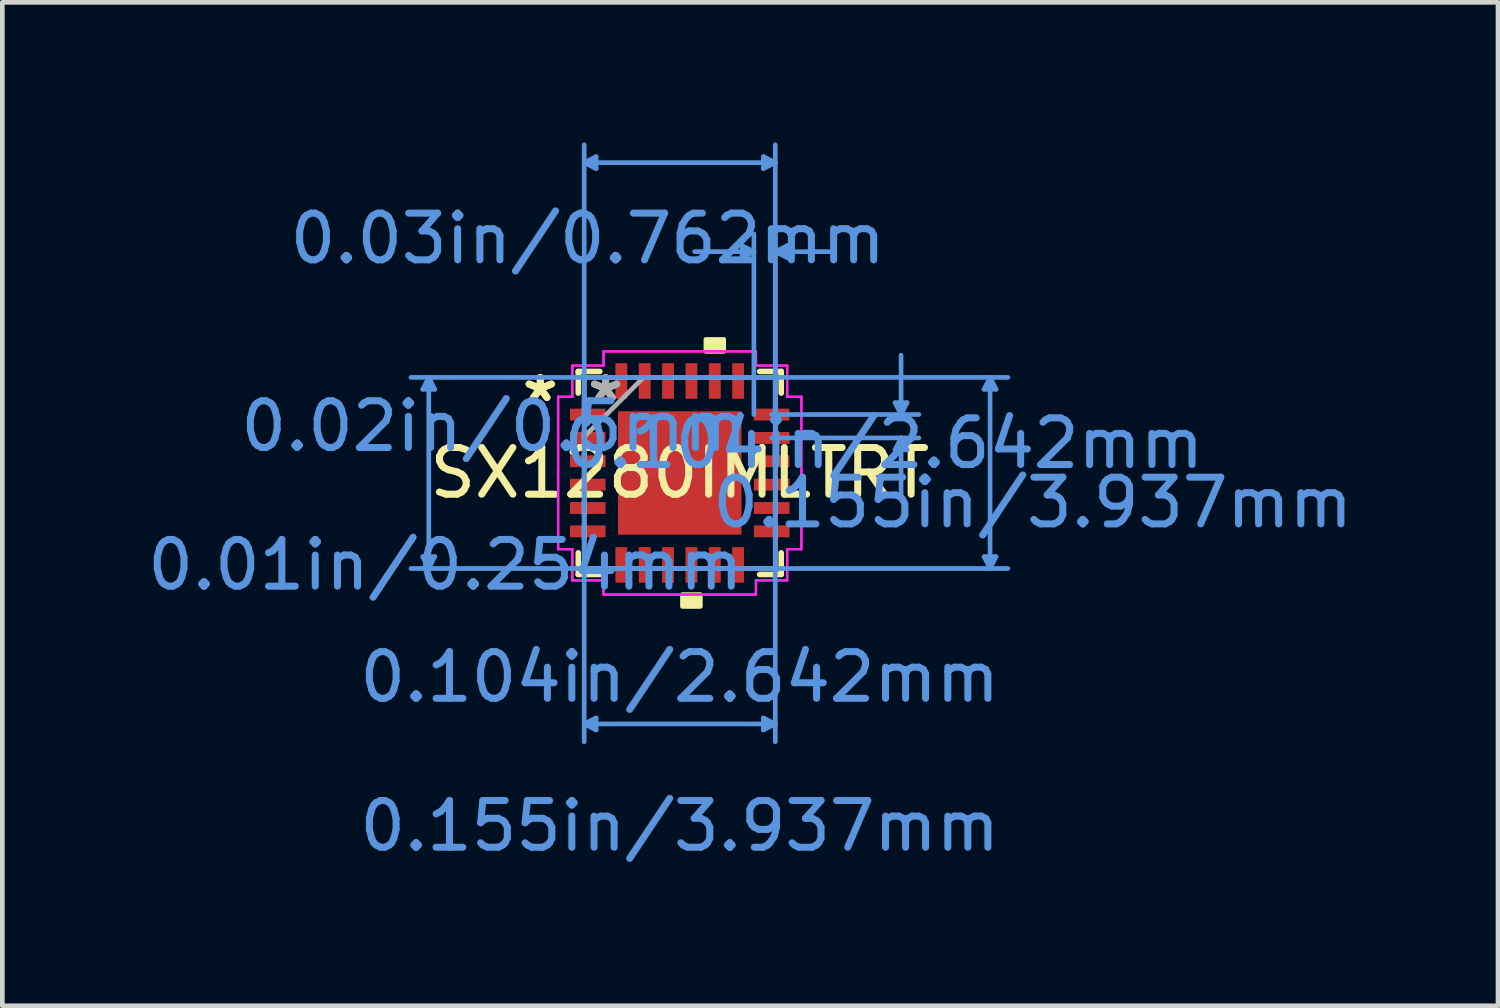
<source format=kicad_pcb>
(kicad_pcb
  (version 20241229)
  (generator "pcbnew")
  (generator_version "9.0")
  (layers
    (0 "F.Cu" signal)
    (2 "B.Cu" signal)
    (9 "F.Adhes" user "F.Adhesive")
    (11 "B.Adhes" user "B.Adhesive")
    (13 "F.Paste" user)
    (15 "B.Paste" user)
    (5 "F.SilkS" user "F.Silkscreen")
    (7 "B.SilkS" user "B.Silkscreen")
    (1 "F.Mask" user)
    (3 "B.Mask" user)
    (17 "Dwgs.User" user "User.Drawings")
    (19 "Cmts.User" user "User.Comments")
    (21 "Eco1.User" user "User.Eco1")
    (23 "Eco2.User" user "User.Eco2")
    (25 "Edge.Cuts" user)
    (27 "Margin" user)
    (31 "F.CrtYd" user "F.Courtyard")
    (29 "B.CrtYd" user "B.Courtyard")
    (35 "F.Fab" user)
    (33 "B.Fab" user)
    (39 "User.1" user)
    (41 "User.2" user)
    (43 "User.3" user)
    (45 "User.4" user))
  (footprint "SX1280IMLTRT"
    (layer "F.Cu")
    (at 11.499 7.073)
    (property "Reference" "SX1280IMLTRT" (at 0 0 0) (layer "F.SilkS") (effects (font (size 1 1) (thickness 0.15))))
    (attr through_hole)
    (fp_line (start -2.172 -2.172) (end -2.172 -1.71) (stroke (width 0.12) (type solid)) (layer "F.SilkS"))
    (fp_line (start -2.172 1.71) (end -2.172 2.172) (stroke (width 0.12) (type solid)) (layer "F.SilkS"))
    (fp_line (start -2.172 2.172) (end -1.71 2.172) (stroke (width 0.12) (type solid)) (layer "F.SilkS"))
    (fp_line (start -1.71 -2.172) (end -2.172 -2.172) (stroke (width 0.12) (type solid)) (layer "F.SilkS"))
    (fp_line (start 1.71 2.172) (end 2.172 2.172) (stroke (width 0.12) (type solid)) (layer "F.SilkS"))
    (fp_line (start 2.172 -2.172) (end 1.71 -2.172) (stroke (width 0.12) (type solid)) (layer "F.SilkS"))
    (fp_line (start 2.172 -1.71) (end 2.172 -2.172) (stroke (width 0.12) (type solid)) (layer "F.SilkS"))
    (fp_line (start 2.172 2.172) (end 2.172 1.71) (stroke (width 0.12) (type solid)) (layer "F.SilkS"))
    (fp_poly (pts (xy 0.059 2.603) (xy 0.059 2.857) (xy 0.441 2.857) (xy 0.441 2.603)) (stroke (width 0.1) (type solid)) (fill yes) (layer "F.SilkS"))
    (fp_poly (pts (xy 0.56 -2.603) (xy 0.56 -2.857) (xy 0.941 -2.857) (xy 0.941 -2.603)) (stroke (width 0.1) (type solid)) (fill yes) (layer "F.SilkS"))
    (fp_poly (pts (xy -1.221 -1.221) (xy -1.221 -0.1) (xy -0.1 -0.1) (xy -0.1 -1.221)) (stroke (width 0.1) (type solid)) (fill yes) (layer "F.Paste"))
    (fp_poly (pts (xy -1.221 0.1) (xy -1.221 1.221) (xy -0.1 1.221) (xy -0.1 0.1)) (stroke (width 0.1) (type solid)) (fill yes) (layer "F.Paste"))
    (fp_poly (pts (xy 0.1 -1.221) (xy 0.1 -0.1) (xy 1.221 -0.1) (xy 1.221 -1.221)) (stroke (width 0.1) (type solid)) (fill yes) (layer "F.Paste"))
    (fp_poly (pts (xy 0.1 0.1) (xy 0.1 1.221) (xy 1.221 1.221) (xy 1.221 0.1)) (stroke (width 0.1) (type solid)) (fill yes) (layer "F.Paste"))
    (fp_line (start -5.499 -1.791) (end -5.245 -1.791) (stroke (width 0.1) (type solid)) (layer "Cmts.User"))
    (fp_line (start -5.499 1.791) (end -5.245 1.791) (stroke (width 0.1) (type solid)) (layer "Cmts.User"))
    (fp_line (start -5.372 -2.045) (end -5.499 -1.791) (stroke (width 0.1) (type solid)) (layer "Cmts.User"))
    (fp_line (start -5.372 -2.045) (end -5.372 2.045) (stroke (width 0.1) (type solid)) (layer "Cmts.User"))
    (fp_line (start -5.372 -2.045) (end -5.245 -1.791) (stroke (width 0.1) (type solid)) (layer "Cmts.User"))
    (fp_line (start -5.372 2.045) (end -5.499 1.791) (stroke (width 0.1) (type solid)) (layer "Cmts.User"))
    (fp_line (start -5.372 2.045) (end -5.245 1.791) (stroke (width 0.1) (type solid)) (layer "Cmts.User"))
    (fp_line (start -2.045 -6.642) (end -1.791 -6.769) (stroke (width 0.1) (type solid)) (layer "Cmts.User"))
    (fp_line (start -2.045 -6.642) (end -1.791 -6.515) (stroke (width 0.1) (type solid)) (layer "Cmts.User"))
    (fp_line (start -2.045 -6.642) (end 2.045 -6.642) (stroke (width 0.1) (type solid)) (layer "Cmts.User"))
    (fp_line (start -2.045 -2.045) (end -2.045 5.753) (stroke (width 0.1) (type solid)) (layer "Cmts.User"))
    (fp_line (start -2.045 -1.25) (end -2.045 -7.023) (stroke (width 0.1) (type solid)) (layer "Cmts.User"))
    (fp_line (start -2.045 5.372) (end -1.791 5.245) (stroke (width 0.1) (type solid)) (layer "Cmts.User"))
    (fp_line (start -2.045 5.372) (end -1.791 5.499) (stroke (width 0.1) (type solid)) (layer "Cmts.User"))
    (fp_line (start -2.045 5.372) (end 2.045 5.372) (stroke (width 0.1) (type solid)) (layer "Cmts.User"))
    (fp_line (start -1.791 -6.769) (end -1.791 -6.515) (stroke (width 0.1) (type solid)) (layer "Cmts.User"))
    (fp_line (start -1.791 5.245) (end -1.791 5.499) (stroke (width 0.1) (type solid)) (layer "Cmts.User"))
    (fp_line (start 1.25 -2.045) (end 7.023 -2.045) (stroke (width 0.1) (type solid)) (layer "Cmts.User"))
    (fp_line (start 1.25 2.045) (end 7.023 2.045) (stroke (width 0.1) (type solid)) (layer "Cmts.User"))
    (fp_line (start 1.333 -4.864) (end 1.333 -4.61) (stroke (width 0.1) (type solid)) (layer "Cmts.User"))
    (fp_line (start 1.587 -4.737) (end 0.318 -4.737) (stroke (width 0.1) (type solid)) (layer "Cmts.User"))
    (fp_line (start 1.587 -4.737) (end 1.333 -4.864) (stroke (width 0.1) (type solid)) (layer "Cmts.User"))
    (fp_line (start 1.587 -4.737) (end 1.333 -4.61) (stroke (width 0.1) (type solid)) (layer "Cmts.User"))
    (fp_line (start 1.587 -1.25) (end 1.587 -5.118) (stroke (width 0.1) (type solid)) (layer "Cmts.User"))
    (fp_line (start 1.791 -6.769) (end 1.791 -6.515) (stroke (width 0.1) (type solid)) (layer "Cmts.User"))
    (fp_line (start 1.791 5.245) (end 1.791 5.499) (stroke (width 0.1) (type solid)) (layer "Cmts.User"))
    (fp_line (start 1.968 -1.25) (end 5.118 -1.25) (stroke (width 0.1) (type solid)) (layer "Cmts.User"))
    (fp_line (start 1.968 -0.75) (end 5.118 -0.75) (stroke (width 0.1) (type solid)) (layer "Cmts.User"))
    (fp_line (start 2.045 -6.642) (end 1.791 -6.769) (stroke (width 0.1) (type solid)) (layer "Cmts.User"))
    (fp_line (start 2.045 -6.642) (end 1.791 -6.515) (stroke (width 0.1) (type solid)) (layer "Cmts.User"))
    (fp_line (start 2.045 -4.737) (end 2.299 -4.864) (stroke (width 0.1) (type solid)) (layer "Cmts.User"))
    (fp_line (start 2.045 -4.737) (end 2.299 -4.61) (stroke (width 0.1) (type solid)) (layer "Cmts.User"))
    (fp_line (start 2.045 -4.737) (end 3.315 -4.737) (stroke (width 0.1) (type solid)) (layer "Cmts.User"))
    (fp_line (start 2.045 -2.045) (end -5.753 -2.045) (stroke (width 0.1) (type solid)) (layer "Cmts.User"))
    (fp_line (start 2.045 -2.045) (end 2.045 5.753) (stroke (width 0.1) (type solid)) (layer "Cmts.User"))
    (fp_line (start 2.045 -1.25) (end 2.045 -7.023) (stroke (width 0.1) (type solid)) (layer "Cmts.User"))
    (fp_line (start 2.045 -1.25) (end 2.045 -5.118) (stroke (width 0.1) (type solid)) (layer "Cmts.User"))
    (fp_line (start 2.045 2.045) (end -5.753 2.045) (stroke (width 0.1) (type solid)) (layer "Cmts.User"))
    (fp_line (start 2.045 5.372) (end 1.791 5.245) (stroke (width 0.1) (type solid)) (layer "Cmts.User"))
    (fp_line (start 2.045 5.372) (end 1.791 5.499) (stroke (width 0.1) (type solid)) (layer "Cmts.User"))
    (fp_line (start 2.299 -4.864) (end 2.299 -4.61) (stroke (width 0.1) (type solid)) (layer "Cmts.User"))
    (fp_line (start 4.61 -1.504) (end 4.864 -1.504) (stroke (width 0.1) (type solid)) (layer "Cmts.User"))
    (fp_line (start 4.61 -0.496) (end 4.864 -0.496) (stroke (width 0.1) (type solid)) (layer "Cmts.User"))
    (fp_line (start 4.737 -1.25) (end 4.61 -1.504) (stroke (width 0.1) (type solid)) (layer "Cmts.User"))
    (fp_line (start 4.737 -1.25) (end 4.737 -2.52) (stroke (width 0.1) (type solid)) (layer "Cmts.User"))
    (fp_line (start 4.737 -1.25) (end 4.864 -1.504) (stroke (width 0.1) (type solid)) (layer "Cmts.User"))
    (fp_line (start 4.737 -0.75) (end 4.61 -0.496) (stroke (width 0.1) (type solid)) (layer "Cmts.User"))
    (fp_line (start 4.737 -0.75) (end 4.737 0.52) (stroke (width 0.1) (type solid)) (layer "Cmts.User"))
    (fp_line (start 4.737 -0.75) (end 4.864 -0.496) (stroke (width 0.1) (type solid)) (layer "Cmts.User"))
    (fp_line (start 6.515 -1.791) (end 6.769 -1.791) (stroke (width 0.1) (type solid)) (layer "Cmts.User"))
    (fp_line (start 6.515 1.791) (end 6.769 1.791) (stroke (width 0.1) (type solid)) (layer "Cmts.User"))
    (fp_line (start 6.642 -2.045) (end 6.515 -1.791) (stroke (width 0.1) (type solid)) (layer "Cmts.User"))
    (fp_line (start 6.642 -2.045) (end 6.642 2.045) (stroke (width 0.1) (type solid)) (layer "Cmts.User"))
    (fp_line (start 6.642 -2.045) (end 6.769 -1.791) (stroke (width 0.1) (type solid)) (layer "Cmts.User"))
    (fp_line (start 6.642 2.045) (end 6.515 1.791) (stroke (width 0.1) (type solid)) (layer "Cmts.User"))
    (fp_line (start 6.642 2.045) (end 6.769 1.791) (stroke (width 0.1) (type solid)) (layer "Cmts.User"))
    (fp_line (start -2.603 -1.631) (end -2.299 -1.631) (stroke (width 0.05) (type solid)) (layer "F.CrtYd"))
    (fp_line (start -2.603 -1.631) (end -2.299 -1.631) (stroke (width 0.05) (type solid)) (layer "F.CrtYd"))
    (fp_line (start -2.603 1.631) (end -2.603 -1.631) (stroke (width 0.05) (type solid)) (layer "F.CrtYd"))
    (fp_line (start -2.603 1.631) (end -2.603 -1.631) (stroke (width 0.05) (type solid)) (layer "F.CrtYd"))
    (fp_line (start -2.299 -2.299) (end -1.631 -2.299) (stroke (width 0.05) (type solid)) (layer "F.CrtYd"))
    (fp_line (start -2.299 -2.299) (end -1.631 -2.299) (stroke (width 0.05) (type solid)) (layer "F.CrtYd"))
    (fp_line (start -2.299 -1.631) (end -2.299 -2.299) (stroke (width 0.05) (type solid)) (layer "F.CrtYd"))
    (fp_line (start -2.299 -1.631) (end -2.299 -2.299) (stroke (width 0.05) (type solid)) (layer "F.CrtYd"))
    (fp_line (start -2.299 1.631) (end -2.603 1.631) (stroke (width 0.05) (type solid)) (layer "F.CrtYd"))
    (fp_line (start -2.299 1.631) (end -2.603 1.631) (stroke (width 0.05) (type solid)) (layer "F.CrtYd"))
    (fp_line (start -2.299 2.299) (end -2.299 1.631) (stroke (width 0.05) (type solid)) (layer "F.CrtYd"))
    (fp_line (start -2.299 2.299) (end -2.299 1.631) (stroke (width 0.05) (type solid)) (layer "F.CrtYd"))
    (fp_line (start -1.631 -2.603) (end 1.631 -2.603) (stroke (width 0.05) (type solid)) (layer "F.CrtYd"))
    (fp_line (start -1.631 -2.603) (end 1.631 -2.603) (stroke (width 0.05) (type solid)) (layer "F.CrtYd"))
    (fp_line (start -1.631 -2.299) (end -1.631 -2.603) (stroke (width 0.05) (type solid)) (layer "F.CrtYd"))
    (fp_line (start -1.631 -2.299) (end -1.631 -2.603) (stroke (width 0.05) (type solid)) (layer "F.CrtYd"))
    (fp_line (start -1.631 2.299) (end -2.299 2.299) (stroke (width 0.05) (type solid)) (layer "F.CrtYd"))
    (fp_line (start -1.631 2.299) (end -2.299 2.299) (stroke (width 0.05) (type solid)) (layer "F.CrtYd"))
    (fp_line (start -1.631 2.603) (end -1.631 2.299) (stroke (width 0.05) (type solid)) (layer "F.CrtYd"))
    (fp_line (start -1.631 2.603) (end -1.631 2.299) (stroke (width 0.05) (type solid)) (layer "F.CrtYd"))
    (fp_line (start 1.631 -2.603) (end 1.631 -2.299) (stroke (width 0.05) (type solid)) (layer "F.CrtYd"))
    (fp_line (start 1.631 -2.603) (end 1.631 -2.299) (stroke (width 0.05) (type solid)) (layer "F.CrtYd"))
    (fp_line (start 1.631 -2.299) (end 2.299 -2.299) (stroke (width 0.05) (type solid)) (layer "F.CrtYd"))
    (fp_line (start 1.631 -2.299) (end 2.299 -2.299) (stroke (width 0.05) (type solid)) (layer "F.CrtYd"))
    (fp_line (start 1.631 2.299) (end 1.631 2.603) (stroke (width 0.05) (type solid)) (layer "F.CrtYd"))
    (fp_line (start 1.631 2.299) (end 1.631 2.603) (stroke (width 0.05) (type solid)) (layer "F.CrtYd"))
    (fp_line (start 1.631 2.603) (end -1.631 2.603) (stroke (width 0.05) (type solid)) (layer "F.CrtYd"))
    (fp_line (start 1.631 2.603) (end -1.631 2.603) (stroke (width 0.05) (type solid)) (layer "F.CrtYd"))
    (fp_line (start 2.299 -2.299) (end 2.299 -1.631) (stroke (width 0.05) (type solid)) (layer "F.CrtYd"))
    (fp_line (start 2.299 -2.299) (end 2.299 -1.631) (stroke (width 0.05) (type solid)) (layer "F.CrtYd"))
    (fp_line (start 2.299 -1.631) (end 2.603 -1.631) (stroke (width 0.05) (type solid)) (layer "F.CrtYd"))
    (fp_line (start 2.299 -1.631) (end 2.603 -1.631) (stroke (width 0.05) (type solid)) (layer "F.CrtYd"))
    (fp_line (start 2.299 1.631) (end 2.299 2.299) (stroke (width 0.05) (type solid)) (layer "F.CrtYd"))
    (fp_line (start 2.299 1.631) (end 2.299 2.299) (stroke (width 0.05) (type solid)) (layer "F.CrtYd"))
    (fp_line (start 2.299 2.299) (end 1.631 2.299) (stroke (width 0.05) (type solid)) (layer "F.CrtYd"))
    (fp_line (start 2.299 2.299) (end 1.631 2.299) (stroke (width 0.05) (type solid)) (layer "F.CrtYd"))
    (fp_line (start 2.603 -1.631) (end 2.603 1.631) (stroke (width 0.05) (type solid)) (layer "F.CrtYd"))
    (fp_line (start 2.603 -1.631) (end 2.603 1.631) (stroke (width 0.05) (type solid)) (layer "F.CrtYd"))
    (fp_line (start 2.603 1.631) (end 2.299 1.631) (stroke (width 0.05) (type solid)) (layer "F.CrtYd"))
    (fp_line (start 2.603 1.631) (end 2.299 1.631) (stroke (width 0.05) (type solid)) (layer "F.CrtYd"))
    (fp_line (start -2.045 -2.045) (end -2.045 -2.045) (stroke (width 0.1) (type solid)) (layer "F.Fab"))
    (fp_line (start -2.045 -2.045) (end -2.045 2.045) (stroke (width 0.1) (type solid)) (layer "F.Fab"))
    (fp_line (start -2.045 -1.402) (end -2.045 -1.402) (stroke (width 0.1) (type solid)) (layer "F.Fab"))
    (fp_line (start -2.045 -1.402) (end -2.045 -1.098) (stroke (width 0.1) (type solid)) (layer "F.Fab"))
    (fp_line (start -2.045 -1.098) (end -2.045 -1.402) (stroke (width 0.1) (type solid)) (layer "F.Fab"))
    (fp_line (start -2.045 -1.098) (end -2.045 -1.098) (stroke (width 0.1) (type solid)) (layer "F.Fab"))
    (fp_line (start -2.045 -0.902) (end -2.045 -0.902) (stroke (width 0.1) (type solid)) (layer "F.Fab"))
    (fp_line (start -2.045 -0.902) (end -2.045 -0.598) (stroke (width 0.1) (type solid)) (layer "F.Fab"))
    (fp_line (start -2.045 -0.775) (end -0.775 -2.045) (stroke (width 0.1) (type solid)) (layer "F.Fab"))
    (fp_line (start -2.045 -0.598) (end -2.045 -0.902) (stroke (width 0.1) (type solid)) (layer "F.Fab"))
    (fp_line (start -2.045 -0.598) (end -2.045 -0.598) (stroke (width 0.1) (type solid)) (layer "F.Fab"))
    (fp_line (start -2.045 -0.402) (end -2.045 -0.402) (stroke (width 0.1) (type solid)) (layer "F.Fab"))
    (fp_line (start -2.045 -0.402) (end -2.045 -0.098) (stroke (width 0.1) (type solid)) (layer "F.Fab"))
    (fp_line (start -2.045 -0.098) (end -2.045 -0.402) (stroke (width 0.1) (type solid)) (layer "F.Fab"))
    (fp_line (start -2.045 -0.098) (end -2.045 -0.098) (stroke (width 0.1) (type solid)) (layer "F.Fab"))
    (fp_line (start -2.045 0.098) (end -2.045 0.098) (stroke (width 0.1) (type solid)) (layer "F.Fab"))
    (fp_line (start -2.045 0.098) (end -2.045 0.402) (stroke (width 0.1) (type solid)) (layer "F.Fab"))
    (fp_line (start -2.045 0.402) (end -2.045 0.098) (stroke (width 0.1) (type solid)) (layer "F.Fab"))
    (fp_line (start -2.045 0.402) (end -2.045 0.402) (stroke (width 0.1) (type solid)) (layer "F.Fab"))
    (fp_line (start -2.045 0.598) (end -2.045 0.598) (stroke (width 0.1) (type solid)) (layer "F.Fab"))
    (fp_line (start -2.045 0.598) (end -2.045 0.902) (stroke (width 0.1) (type solid)) (layer "F.Fab"))
    (fp_line (start -2.045 0.902) (end -2.045 0.598) (stroke (width 0.1) (type solid)) (layer "F.Fab"))
    (fp_line (start -2.045 0.902) (end -2.045 0.902) (stroke (width 0.1) (type solid)) (layer "F.Fab"))
    (fp_line (start -2.045 1.098) (end -2.045 1.098) (stroke (width 0.1) (type solid)) (layer "F.Fab"))
    (fp_line (start -2.045 1.098) (end -2.045 1.402) (stroke (width 0.1) (type solid)) (layer "F.Fab"))
    (fp_line (start -2.045 1.402) (end -2.045 1.098) (stroke (width 0.1) (type solid)) (layer "F.Fab"))
    (fp_line (start -2.045 1.402) (end -2.045 1.402) (stroke (width 0.1) (type solid)) (layer "F.Fab"))
    (fp_line (start -2.045 2.045) (end -2.045 2.045) (stroke (width 0.1) (type solid)) (layer "F.Fab"))
    (fp_line (start -2.045 2.045) (end 2.045 2.045) (stroke (width 0.1) (type solid)) (layer "F.Fab"))
    (fp_line (start -1.402 -2.045) (end -1.402 -2.045) (stroke (width 0.1) (type solid)) (layer "F.Fab"))
    (fp_line (start -1.402 -2.045) (end -1.098 -2.045) (stroke (width 0.1) (type solid)) (layer "F.Fab"))
    (fp_line (start -1.402 2.045) (end -1.402 2.045) (stroke (width 0.1) (type solid)) (layer "F.Fab"))
    (fp_line (start -1.402 2.045) (end -1.098 2.045) (stroke (width 0.1) (type solid)) (layer "F.Fab"))
    (fp_line (start -1.098 -2.045) (end -1.402 -2.045) (stroke (width 0.1) (type solid)) (layer "F.Fab"))
    (fp_line (start -1.098 -2.045) (end -1.098 -2.045) (stroke (width 0.1) (type solid)) (layer "F.Fab"))
    (fp_line (start -1.098 2.045) (end -1.402 2.045) (stroke (width 0.1) (type solid)) (layer "F.Fab"))
    (fp_line (start -1.098 2.045) (end -1.098 2.045) (stroke (width 0.1) (type solid)) (layer "F.Fab"))
    (fp_line (start -0.902 -2.045) (end -0.902 -2.045) (stroke (width 0.1) (type solid)) (layer "F.Fab"))
    (fp_line (start -0.902 -2.045) (end -0.598 -2.045) (stroke (width 0.1) (type solid)) (layer "F.Fab"))
    (fp_line (start -0.902 2.045) (end -0.902 2.045) (stroke (width 0.1) (type solid)) (layer "F.Fab"))
    (fp_line (start -0.902 2.045) (end -0.598 2.045) (stroke (width 0.1) (type solid)) (layer "F.Fab"))
    (fp_line (start -0.598 -2.045) (end -0.902 -2.045) (stroke (width 0.1) (type solid)) (layer "F.Fab"))
    (fp_line (start -0.598 -2.045) (end -0.598 -2.045) (stroke (width 0.1) (type solid)) (layer "F.Fab"))
    (fp_line (start -0.598 2.045) (end -0.902 2.045) (stroke (width 0.1) (type solid)) (layer "F.Fab"))
    (fp_line (start -0.598 2.045) (end -0.598 2.045) (stroke (width 0.1) (type solid)) (layer "F.Fab"))
    (fp_line (start -0.402 -2.045) (end -0.402 -2.045) (stroke (width 0.1) (type solid)) (layer "F.Fab"))
    (fp_line (start -0.402 -2.045) (end -0.098 -2.045) (stroke (width 0.1) (type solid)) (layer "F.Fab"))
    (fp_line (start -0.402 2.045) (end -0.402 2.045) (stroke (width 0.1) (type solid)) (layer "F.Fab"))
    (fp_line (start -0.402 2.045) (end -0.098 2.045) (stroke (width 0.1) (type solid)) (layer "F.Fab"))
    (fp_line (start -0.098 -2.045) (end -0.402 -2.045) (stroke (width 0.1) (type solid)) (layer "F.Fab"))
    (fp_line (start -0.098 -2.045) (end -0.098 -2.045) (stroke (width 0.1) (type solid)) (layer "F.Fab"))
    (fp_line (start -0.098 2.045) (end -0.402 2.045) (stroke (width 0.1) (type solid)) (layer "F.Fab"))
    (fp_line (start -0.098 2.045) (end -0.098 2.045) (stroke (width 0.1) (type solid)) (layer "F.Fab"))
    (fp_line (start 0.098 -2.045) (end 0.098 -2.045) (stroke (width 0.1) (type solid)) (layer "F.Fab"))
    (fp_line (start 0.098 -2.045) (end 0.402 -2.045) (stroke (width 0.1) (type solid)) (layer "F.Fab"))
    (fp_line (start 0.098 2.045) (end 0.098 2.045) (stroke (width 0.1) (type solid)) (layer "F.Fab"))
    (fp_line (start 0.098 2.045) (end 0.402 2.045) (stroke (width 0.1) (type solid)) (layer "F.Fab"))
    (fp_line (start 0.402 -2.045) (end 0.098 -2.045) (stroke (width 0.1) (type solid)) (layer "F.Fab"))
    (fp_line (start 0.402 -2.045) (end 0.402 -2.045) (stroke (width 0.1) (type solid)) (layer "F.Fab"))
    (fp_line (start 0.402 2.045) (end 0.098 2.045) (stroke (width 0.1) (type solid)) (layer "F.Fab"))
    (fp_line (start 0.402 2.045) (end 0.402 2.045) (stroke (width 0.1) (type solid)) (layer "F.Fab"))
    (fp_line (start 0.598 -2.045) (end 0.598 -2.045) (stroke (width 0.1) (type solid)) (layer "F.Fab"))
    (fp_line (start 0.598 -2.045) (end 0.902 -2.045) (stroke (width 0.1) (type solid)) (layer "F.Fab"))
    (fp_line (start 0.598 2.045) (end 0.598 2.045) (stroke (width 0.1) (type solid)) (layer "F.Fab"))
    (fp_line (start 0.598 2.045) (end 0.902 2.045) (stroke (width 0.1) (type solid)) (layer "F.Fab"))
    (fp_line (start 0.902 -2.045) (end 0.598 -2.045) (stroke (width 0.1) (type solid)) (layer "F.Fab"))
    (fp_line (start 0.902 -2.045) (end 0.902 -2.045) (stroke (width 0.1) (type solid)) (layer "F.Fab"))
    (fp_line (start 0.902 2.045) (end 0.598 2.045) (stroke (width 0.1) (type solid)) (layer "F.Fab"))
    (fp_line (start 0.902 2.045) (end 0.902 2.045) (stroke (width 0.1) (type solid)) (layer "F.Fab"))
    (fp_line (start 1.098 -2.045) (end 1.098 -2.045) (stroke (width 0.1) (type solid)) (layer "F.Fab"))
    (fp_line (start 1.098 -2.045) (end 1.402 -2.045) (stroke (width 0.1) (type solid)) (layer "F.Fab"))
    (fp_line (start 1.098 2.045) (end 1.098 2.045) (stroke (width 0.1) (type solid)) (layer "F.Fab"))
    (fp_line (start 1.098 2.045) (end 1.402 2.045) (stroke (width 0.1) (type solid)) (layer "F.Fab"))
    (fp_line (start 1.402 -2.045) (end 1.098 -2.045) (stroke (width 0.1) (type solid)) (layer "F.Fab"))
    (fp_line (start 1.402 -2.045) (end 1.402 -2.045) (stroke (width 0.1) (type solid)) (layer "F.Fab"))
    (fp_line (start 1.402 2.045) (end 1.098 2.045) (stroke (width 0.1) (type solid)) (layer "F.Fab"))
    (fp_line (start 1.402 2.045) (end 1.402 2.045) (stroke (width 0.1) (type solid)) (layer "F.Fab"))
    (fp_line (start 2.045 -2.045) (end -2.045 -2.045) (stroke (width 0.1) (type solid)) (layer "F.Fab"))
    (fp_line (start 2.045 -2.045) (end 2.045 -2.045) (stroke (width 0.1) (type solid)) (layer "F.Fab"))
    (fp_line (start 2.045 -1.402) (end 2.045 -1.402) (stroke (width 0.1) (type solid)) (layer "F.Fab"))
    (fp_line (start 2.045 -1.402) (end 2.045 -1.098) (stroke (width 0.1) (type solid)) (layer "F.Fab"))
    (fp_line (start 2.045 -1.098) (end 2.045 -1.402) (stroke (width 0.1) (type solid)) (layer "F.Fab"))
    (fp_line (start 2.045 -1.098) (end 2.045 -1.098) (stroke (width 0.1) (type solid)) (layer "F.Fab"))
    (fp_line (start 2.045 -0.902) (end 2.045 -0.902) (stroke (width 0.1) (type solid)) (layer "F.Fab"))
    (fp_line (start 2.045 -0.902) (end 2.045 -0.598) (stroke (width 0.1) (type solid)) (layer "F.Fab"))
    (fp_line (start 2.045 -0.598) (end 2.045 -0.902) (stroke (width 0.1) (type solid)) (layer "F.Fab"))
    (fp_line (start 2.045 -0.598) (end 2.045 -0.598) (stroke (width 0.1) (type solid)) (layer "F.Fab"))
    (fp_line (start 2.045 -0.402) (end 2.045 -0.402) (stroke (width 0.1) (type solid)) (layer "F.Fab"))
    (fp_line (start 2.045 -0.402) (end 2.045 -0.098) (stroke (width 0.1) (type solid)) (layer "F.Fab"))
    (fp_line (start 2.045 -0.098) (end 2.045 -0.402) (stroke (width 0.1) (type solid)) (layer "F.Fab"))
    (fp_line (start 2.045 -0.098) (end 2.045 -0.098) (stroke (width 0.1) (type solid)) (layer "F.Fab"))
    (fp_line (start 2.045 0.098) (end 2.045 0.098) (stroke (width 0.1) (type solid)) (layer "F.Fab"))
    (fp_line (start 2.045 0.098) (end 2.045 0.402) (stroke (width 0.1) (type solid)) (layer "F.Fab"))
    (fp_line (start 2.045 0.402) (end 2.045 0.098) (stroke (width 0.1) (type solid)) (layer "F.Fab"))
    (fp_line (start 2.045 0.402) (end 2.045 0.402) (stroke (width 0.1) (type solid)) (layer "F.Fab"))
    (fp_line (start 2.045 0.598) (end 2.045 0.598) (stroke (width 0.1) (type solid)) (layer "F.Fab"))
    (fp_line (start 2.045 0.598) (end 2.045 0.902) (stroke (width 0.1) (type solid)) (layer "F.Fab"))
    (fp_line (start 2.045 0.902) (end 2.045 0.598) (stroke (width 0.1) (type solid)) (layer "F.Fab"))
    (fp_line (start 2.045 0.902) (end 2.045 0.902) (stroke (width 0.1) (type solid)) (layer "F.Fab"))
    (fp_line (start 2.045 1.098) (end 2.045 1.098) (stroke (width 0.1) (type solid)) (layer "F.Fab"))
    (fp_line (start 2.045 1.098) (end 2.045 1.402) (stroke (width 0.1) (type solid)) (layer "F.Fab"))
    (fp_line (start 2.045 1.402) (end 2.045 1.098) (stroke (width 0.1) (type solid)) (layer "F.Fab"))
    (fp_line (start 2.045 1.402) (end 2.045 1.402) (stroke (width 0.1) (type solid)) (layer "F.Fab"))
    (fp_line (start 2.045 2.045) (end 2.045 -2.045) (stroke (width 0.1) (type solid)) (layer "F.Fab"))
    (fp_line (start 2.045 2.045) (end 2.045 2.045) (stroke (width 0.1) (type solid)) (layer "F.Fab"))
    (fp_text user "*" (at -2.985 -1.5 0) (layer "F.SilkS") (effects (font (size 1 1) (thickness 0.15))))
    (fp_text user "*" (at -2.985 -1.5 0) (layer "F.SilkS") (effects (font (size 1 1) (thickness 0.15))))
    (fp_text user "Copyright 2021 Accelerated Designs. All rights reserved." (at 0 0 0) (layer "Cmts.User") (effects (font (size 0.127 0.127) (thickness 0.002))))
    (fp_text user "0.02in/0.5mm" (at -3.975 -1 0) (layer "Cmts.User") (effects (font (size 1 1) (thickness 0.15))))
    (fp_text user "0.03in/0.762mm" (at -1.968 -5.016 0) (layer "Cmts.User") (effects (font (size 1 1) (thickness 0.15))))
    (fp_text user "0.104in/2.642mm" (at 0 4.369 0) (layer "Cmts.User") (effects (font (size 1 1) (thickness 0.15))))
    (fp_text user "0.155in/3.937mm" (at 0 7.556 0) (layer "Cmts.User") (effects (font (size 1 1) (thickness 0.15))))
    (fp_text user "0.104in/2.642mm" (at 4.369 -0.635 0) (layer "Cmts.User") (effects (font (size 1 1) (thickness 0.15))))
    (fp_text user "0.01in/0.254mm" (at -5.016 1.968 0) (layer "Cmts.User") (effects (font (size 1 1) (thickness 0.15))))
    (fp_text user "0.155in/3.937mm" (at 7.556 0.635 0) (layer "Cmts.User") (effects (font (size 1 1) (thickness 0.15))))
    (fp_text user "*" (at -1.587 -1.5 0) (layer "F.Fab") (effects (font (size 1 1) (thickness 0.15))))
    (fp_text user "*" (at -1.587 -1.5 0) (layer "F.Fab") (effects (font (size 1 1) (thickness 0.15))))
    (pad "1" smd rect (at -1.968 -1.25 90) (size 0.254 0.762) (layers "F.Cu" "F.Mask" "F.Paste"))
    (pad "2" smd rect (at -1.968 -0.75 90) (size 0.254 0.762) (layers "F.Cu" "F.Mask" "F.Paste"))
    (pad "3" smd rect (at -1.968 -0.25 90) (size 0.254 0.762) (layers "F.Cu" "F.Mask" "F.Paste"))
    (pad "4" smd rect (at -1.968 0.25 90) (size 0.254 0.762) (layers "F.Cu" "F.Mask" "F.Paste"))
    (pad "5" smd rect (at -1.968 0.75 90) (size 0.254 0.762) (layers "F.Cu" "F.Mask" "F.Paste"))
    (pad "6" smd rect (at -1.968 1.25 90) (size 0.254 0.762) (layers "F.Cu" "F.Mask" "F.Paste"))
    (pad "7" smd rect (at -1.25 1.968) (size 0.254 0.762) (layers "F.Cu" "F.Mask" "F.Paste"))
    (pad "8" smd rect (at -0.75 1.968) (size 0.254 0.762) (layers "F.Cu" "F.Mask" "F.Paste"))
    (pad "9" smd rect (at -0.25 1.968) (size 0.254 0.762) (layers "F.Cu" "F.Mask" "F.Paste"))
    (pad "10" smd rect (at 0.25 1.968) (size 0.254 0.762) (layers "F.Cu" "F.Mask" "F.Paste"))
    (pad "11" smd rect (at 0.75 1.968) (size 0.254 0.762) (layers "F.Cu" "F.Mask" "F.Paste"))
    (pad "12" smd rect (at 1.25 1.968) (size 0.254 0.762) (layers "F.Cu" "F.Mask" "F.Paste"))
    (pad "13" smd rect (at 1.968 1.25 90) (size 0.254 0.762) (layers "F.Cu" "F.Mask" "F.Paste"))
    (pad "14" smd rect (at 1.968 0.75 90) (size 0.254 0.762) (layers "F.Cu" "F.Mask" "F.Paste"))
    (pad "15" smd rect (at 1.968 0.25 90) (size 0.254 0.762) (layers "F.Cu" "F.Mask" "F.Paste"))
    (pad "16" smd rect (at 1.968 -0.25 90) (size 0.254 0.762) (layers "F.Cu" "F.Mask" "F.Paste"))
    (pad "17" smd rect (at 1.968 -0.75 90) (size 0.254 0.762) (layers "F.Cu" "F.Mask" "F.Paste"))
    (pad "18" smd rect (at 1.968 -1.25 90) (size 0.254 0.762) (layers "F.Cu" "F.Mask" "F.Paste"))
    (pad "19" smd rect (at 1.25 -1.968) (size 0.254 0.762) (layers "F.Cu" "F.Mask" "F.Paste"))
    (pad "20" smd rect (at 0.75 -1.968) (size 0.254 0.762) (layers "F.Cu" "F.Mask" "F.Paste"))
    (pad "21" smd rect (at 0.25 -1.968) (size 0.254 0.762) (layers "F.Cu" "F.Mask" "F.Paste"))
    (pad "22" smd rect (at -0.25 -1.968) (size 0.254 0.762) (layers "F.Cu" "F.Mask" "F.Paste"))
    (pad "23" smd rect (at -0.75 -1.968) (size 0.254 0.762) (layers "F.Cu" "F.Mask" "F.Paste"))
    (pad "24" smd rect (at -1.25 -1.968) (size 0.254 0.762) (layers "F.Cu" "F.Mask" "F.Paste"))
    (pad "25" smd rect (at 0 0) (size 2.642 2.642) (layers "F.Cu" "F.Mask")))
  (gr_rect
    (start -3 -3)
    (end 29.013 18.478)
    (stroke (width 0.1) (type default))
    (fill no)
    (layer "Edge.Cuts")))
</source>
